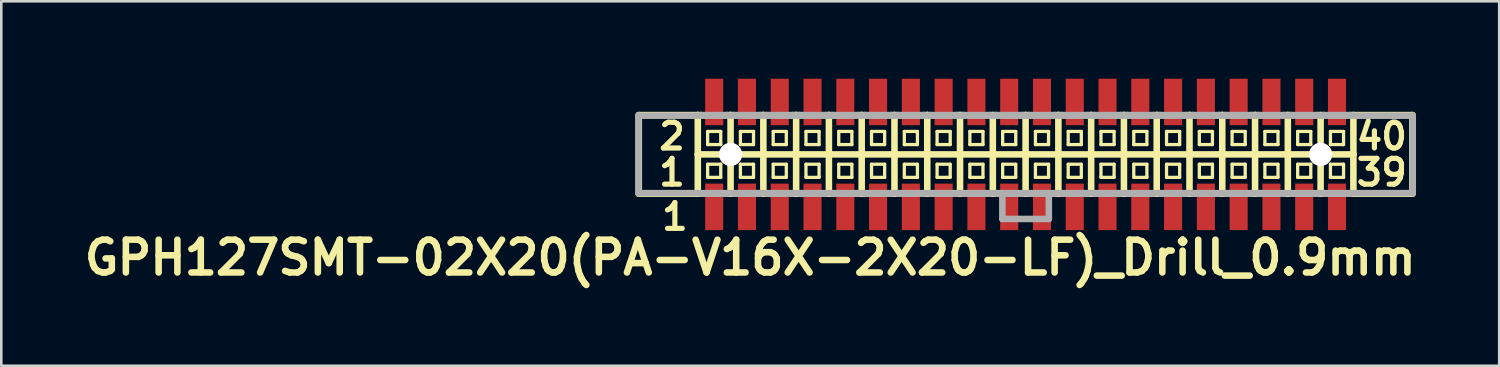
<source format=kicad_pcb>
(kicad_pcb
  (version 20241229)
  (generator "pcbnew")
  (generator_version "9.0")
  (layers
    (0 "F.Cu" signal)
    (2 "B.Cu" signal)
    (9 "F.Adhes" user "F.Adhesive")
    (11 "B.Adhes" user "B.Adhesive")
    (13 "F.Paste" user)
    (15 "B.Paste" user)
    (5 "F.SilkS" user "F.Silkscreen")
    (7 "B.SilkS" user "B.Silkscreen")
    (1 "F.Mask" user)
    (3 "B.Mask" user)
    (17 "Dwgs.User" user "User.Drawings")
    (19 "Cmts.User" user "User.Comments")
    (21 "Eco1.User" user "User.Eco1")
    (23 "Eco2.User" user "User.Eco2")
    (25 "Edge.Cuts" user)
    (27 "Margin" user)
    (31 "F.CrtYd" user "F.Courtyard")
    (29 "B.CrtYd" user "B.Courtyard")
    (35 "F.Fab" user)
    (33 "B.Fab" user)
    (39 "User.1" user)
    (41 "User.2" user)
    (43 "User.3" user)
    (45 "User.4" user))
  (footprint "GPH127SMT-02X20(PA-V16X-2X20-LF)_Drill_0.9mm"
    (layer "F.Cu")
    (at 36.685 2.932)
    (property "Reference" "GPH127SMT-02X20(PA-V16X-2X20-LF)_Drill_0.9mm" (at -10.668 4 0) (layer "F.SilkS") (effects (font (size 1.27 1.27) (thickness 0.254))))
    (attr smd)
    (fp_line (start -14.986 -1.524) (end -14.986 1.524) (stroke (width 0.254) (type solid)) (layer "F.SilkS"))
    (fp_line (start -14.986 1.524) (end -12.7 1.524) (stroke (width 0.254) (type solid)) (layer "F.SilkS"))
    (fp_line (start -12.7 -1.524) (end -14.986 -1.524) (stroke (width 0.254) (type solid)) (layer "F.SilkS"))
    (fp_line (start -12.7 -1.524) (end -12.7 0) (stroke (width 0.254) (type solid)) (layer "F.SilkS"))
    (fp_line (start -12.7 0) (end -12.7 1.524) (stroke (width 0.254) (type solid)) (layer "F.SilkS"))
    (fp_line (start -12.7 0) (end -11.43 0) (stroke (width 0.254) (type solid)) (layer "F.SilkS"))
    (fp_line (start -12.7 1.524) (end -12.573 1.524) (stroke (width 0.254) (type solid)) (layer "F.SilkS"))
    (fp_line (start -12.573 -1.524) (end -12.7 -1.524) (stroke (width 0.254) (type solid)) (layer "F.SilkS"))
    (fp_line (start -12.319 -0.889) (end -11.811 -0.889) (stroke (width 0.127) (type solid)) (layer "F.SilkS"))
    (fp_line (start -12.319 -0.381) (end -12.319 -0.889) (stroke (width 0.127) (type solid)) (layer "F.SilkS"))
    (fp_line (start -12.319 -0.381) (end -11.811 -0.381) (stroke (width 0.127) (type solid)) (layer "F.SilkS"))
    (fp_line (start -12.319 0.381) (end -11.811 0.381) (stroke (width 0.127) (type solid)) (layer "F.SilkS"))
    (fp_line (start -12.319 0.889) (end -12.319 0.381) (stroke (width 0.127) (type solid)) (layer "F.SilkS"))
    (fp_line (start -12.319 0.889) (end -11.811 0.889) (stroke (width 0.127) (type solid)) (layer "F.SilkS"))
    (fp_line (start -11.811 -0.381) (end -11.811 -0.889) (stroke (width 0.127) (type solid)) (layer "F.SilkS"))
    (fp_line (start -11.811 0.889) (end -11.811 0.381) (stroke (width 0.127) (type solid)) (layer "F.SilkS"))
    (fp_line (start -11.557 -1.524) (end -11.43 -1.524) (stroke (width 0.254) (type solid)) (layer "F.SilkS"))
    (fp_line (start -11.557 1.524) (end -11.43 1.524) (stroke (width 0.254) (type solid)) (layer "F.SilkS"))
    (fp_line (start -11.43 -1.524) (end -11.303 -1.524) (stroke (width 0.254) (type solid)) (layer "F.SilkS"))
    (fp_line (start -11.43 0) (end -11.43 -1.524) (stroke (width 0.254) (type solid)) (layer "F.SilkS"))
    (fp_line (start -11.43 0) (end -10.16 0) (stroke (width 0.254) (type solid)) (layer "F.SilkS"))
    (fp_line (start -11.43 1.524) (end -11.43 0) (stroke (width 0.254) (type solid)) (layer "F.SilkS"))
    (fp_line (start -11.43 1.524) (end -11.303 1.524) (stroke (width 0.254) (type solid)) (layer "F.SilkS"))
    (fp_line (start -11.049 -0.889) (end -10.541 -0.889) (stroke (width 0.127) (type solid)) (layer "F.SilkS"))
    (fp_line (start -11.049 -0.381) (end -11.049 -0.889) (stroke (width 0.127) (type solid)) (layer "F.SilkS"))
    (fp_line (start -11.049 -0.381) (end -10.541 -0.381) (stroke (width 0.127) (type solid)) (layer "F.SilkS"))
    (fp_line (start -11.049 0.381) (end -10.541 0.381) (stroke (width 0.127) (type solid)) (layer "F.SilkS"))
    (fp_line (start -11.049 0.889) (end -11.049 0.381) (stroke (width 0.127) (type solid)) (layer "F.SilkS"))
    (fp_line (start -11.049 0.889) (end -10.541 0.889) (stroke (width 0.127) (type solid)) (layer "F.SilkS"))
    (fp_line (start -10.541 -0.381) (end -10.541 -0.889) (stroke (width 0.127) (type solid)) (layer "F.SilkS"))
    (fp_line (start -10.541 0.889) (end -10.541 0.381) (stroke (width 0.127) (type solid)) (layer "F.SilkS"))
    (fp_line (start -10.287 -1.524) (end -10.16 -1.524) (stroke (width 0.254) (type solid)) (layer "F.SilkS"))
    (fp_line (start -10.287 1.524) (end -10.16 1.524) (stroke (width 0.254) (type solid)) (layer "F.SilkS"))
    (fp_line (start -10.16 -1.524) (end -10.033 -1.524) (stroke (width 0.254) (type solid)) (layer "F.SilkS"))
    (fp_line (start -10.16 0) (end -10.16 -1.524) (stroke (width 0.254) (type solid)) (layer "F.SilkS"))
    (fp_line (start -10.16 0) (end -8.89 0) (stroke (width 0.254) (type solid)) (layer "F.SilkS"))
    (fp_line (start -10.16 1.524) (end -10.16 0) (stroke (width 0.254) (type solid)) (layer "F.SilkS"))
    (fp_line (start -10.16 1.524) (end -10.033 1.524) (stroke (width 0.254) (type solid)) (layer "F.SilkS"))
    (fp_line (start -9.779 -0.889) (end -9.271 -0.889) (stroke (width 0.127) (type solid)) (layer "F.SilkS"))
    (fp_line (start -9.779 -0.381) (end -9.779 -0.889) (stroke (width 0.127) (type solid)) (layer "F.SilkS"))
    (fp_line (start -9.779 -0.381) (end -9.271 -0.381) (stroke (width 0.127) (type solid)) (layer "F.SilkS"))
    (fp_line (start -9.779 0.381) (end -9.271 0.381) (stroke (width 0.127) (type solid)) (layer "F.SilkS"))
    (fp_line (start -9.779 0.889) (end -9.779 0.381) (stroke (width 0.127) (type solid)) (layer "F.SilkS"))
    (fp_line (start -9.779 0.889) (end -9.271 0.889) (stroke (width 0.127) (type solid)) (layer "F.SilkS"))
    (fp_line (start -9.271 -0.381) (end -9.271 -0.889) (stroke (width 0.127) (type solid)) (layer "F.SilkS"))
    (fp_line (start -9.271 0.889) (end -9.271 0.381) (stroke (width 0.127) (type solid)) (layer "F.SilkS"))
    (fp_line (start -9.017 -1.524) (end -8.89 -1.524) (stroke (width 0.254) (type solid)) (layer "F.SilkS"))
    (fp_line (start -9.017 1.524) (end -8.89 1.524) (stroke (width 0.254) (type solid)) (layer "F.SilkS"))
    (fp_line (start -8.89 -1.524) (end -8.763 -1.524) (stroke (width 0.254) (type solid)) (layer "F.SilkS"))
    (fp_line (start -8.89 0) (end -8.89 -1.524) (stroke (width 0.254) (type solid)) (layer "F.SilkS"))
    (fp_line (start -8.89 0) (end -7.62 0) (stroke (width 0.254) (type solid)) (layer "F.SilkS"))
    (fp_line (start -8.89 1.524) (end -8.89 0) (stroke (width 0.254) (type solid)) (layer "F.SilkS"))
    (fp_line (start -8.89 1.524) (end -8.763 1.524) (stroke (width 0.254) (type solid)) (layer "F.SilkS"))
    (fp_line (start -8.509 -0.889) (end -8.001 -0.889) (stroke (width 0.127) (type solid)) (layer "F.SilkS"))
    (fp_line (start -8.509 -0.381) (end -8.509 -0.889) (stroke (width 0.127) (type solid)) (layer "F.SilkS"))
    (fp_line (start -8.509 -0.381) (end -8.001 -0.381) (stroke (width 0.127) (type solid)) (layer "F.SilkS"))
    (fp_line (start -8.509 0.381) (end -8.001 0.381) (stroke (width 0.127) (type solid)) (layer "F.SilkS"))
    (fp_line (start -8.509 0.889) (end -8.509 0.381) (stroke (width 0.127) (type solid)) (layer "F.SilkS"))
    (fp_line (start -8.509 0.889) (end -8.001 0.889) (stroke (width 0.127) (type solid)) (layer "F.SilkS"))
    (fp_line (start -8.001 -0.381) (end -8.001 -0.889) (stroke (width 0.127) (type solid)) (layer "F.SilkS"))
    (fp_line (start -8.001 0.889) (end -8.001 0.381) (stroke (width 0.127) (type solid)) (layer "F.SilkS"))
    (fp_line (start -7.747 -1.524) (end -7.62 -1.524) (stroke (width 0.254) (type solid)) (layer "F.SilkS"))
    (fp_line (start -7.747 1.524) (end -7.62 1.524) (stroke (width 0.254) (type solid)) (layer "F.SilkS"))
    (fp_line (start -7.62 -1.524) (end -7.493 -1.524) (stroke (width 0.254) (type solid)) (layer "F.SilkS"))
    (fp_line (start -7.62 0) (end -7.62 -1.524) (stroke (width 0.254) (type solid)) (layer "F.SilkS"))
    (fp_line (start -7.62 0) (end -6.35 0) (stroke (width 0.254) (type solid)) (layer "F.SilkS"))
    (fp_line (start -7.62 1.524) (end -7.62 0) (stroke (width 0.254) (type solid)) (layer "F.SilkS"))
    (fp_line (start -7.62 1.524) (end -7.493 1.524) (stroke (width 0.254) (type solid)) (layer "F.SilkS"))
    (fp_line (start -7.239 -0.889) (end -6.731 -0.889) (stroke (width 0.127) (type solid)) (layer "F.SilkS"))
    (fp_line (start -7.239 -0.381) (end -7.239 -0.889) (stroke (width 0.127) (type solid)) (layer "F.SilkS"))
    (fp_line (start -7.239 -0.381) (end -6.731 -0.381) (stroke (width 0.127) (type solid)) (layer "F.SilkS"))
    (fp_line (start -7.239 0.381) (end -6.731 0.381) (stroke (width 0.127) (type solid)) (layer "F.SilkS"))
    (fp_line (start -7.239 0.889) (end -7.239 0.381) (stroke (width 0.127) (type solid)) (layer "F.SilkS"))
    (fp_line (start -7.239 0.889) (end -6.731 0.889) (stroke (width 0.127) (type solid)) (layer "F.SilkS"))
    (fp_line (start -6.731 -0.381) (end -6.731 -0.889) (stroke (width 0.127) (type solid)) (layer "F.SilkS"))
    (fp_line (start -6.731 0.889) (end -6.731 0.381) (stroke (width 0.127) (type solid)) (layer "F.SilkS"))
    (fp_line (start -6.477 -1.524) (end -6.35 -1.524) (stroke (width 0.254) (type solid)) (layer "F.SilkS"))
    (fp_line (start -6.477 1.524) (end -6.35 1.524) (stroke (width 0.254) (type solid)) (layer "F.SilkS"))
    (fp_line (start -6.35 -1.524) (end -6.223 -1.524) (stroke (width 0.254) (type solid)) (layer "F.SilkS"))
    (fp_line (start -6.35 0) (end -6.35 -1.524) (stroke (width 0.254) (type solid)) (layer "F.SilkS"))
    (fp_line (start -6.35 0) (end -5.08 0) (stroke (width 0.254) (type solid)) (layer "F.SilkS"))
    (fp_line (start -6.35 1.524) (end -6.35 0) (stroke (width 0.254) (type solid)) (layer "F.SilkS"))
    (fp_line (start -6.35 1.524) (end -6.223 1.524) (stroke (width 0.254) (type solid)) (layer "F.SilkS"))
    (fp_line (start -5.969 -0.889) (end -5.461 -0.889) (stroke (width 0.127) (type solid)) (layer "F.SilkS"))
    (fp_line (start -5.969 -0.381) (end -5.969 -0.889) (stroke (width 0.127) (type solid)) (layer "F.SilkS"))
    (fp_line (start -5.969 -0.381) (end -5.461 -0.381) (stroke (width 0.127) (type solid)) (layer "F.SilkS"))
    (fp_line (start -5.969 0.381) (end -5.461 0.381) (stroke (width 0.127) (type solid)) (layer "F.SilkS"))
    (fp_line (start -5.969 0.889) (end -5.969 0.381) (stroke (width 0.127) (type solid)) (layer "F.SilkS"))
    (fp_line (start -5.969 0.889) (end -5.461 0.889) (stroke (width 0.127) (type solid)) (layer "F.SilkS"))
    (fp_line (start -5.461 -0.381) (end -5.461 -0.889) (stroke (width 0.127) (type solid)) (layer "F.SilkS"))
    (fp_line (start -5.461 0.889) (end -5.461 0.381) (stroke (width 0.127) (type solid)) (layer "F.SilkS"))
    (fp_line (start -5.207 -1.524) (end -5.08 -1.524) (stroke (width 0.254) (type solid)) (layer "F.SilkS"))
    (fp_line (start -5.207 1.524) (end -5.08 1.524) (stroke (width 0.254) (type solid)) (layer "F.SilkS"))
    (fp_line (start -5.08 -1.524) (end -4.953 -1.524) (stroke (width 0.254) (type solid)) (layer "F.SilkS"))
    (fp_line (start -5.08 0) (end -5.08 -1.524) (stroke (width 0.254) (type solid)) (layer "F.SilkS"))
    (fp_line (start -5.08 0) (end -3.81 0) (stroke (width 0.254) (type solid)) (layer "F.SilkS"))
    (fp_line (start -5.08 1.524) (end -5.08 0) (stroke (width 0.254) (type solid)) (layer "F.SilkS"))
    (fp_line (start -5.08 1.524) (end -4.953 1.524) (stroke (width 0.254) (type solid)) (layer "F.SilkS"))
    (fp_line (start -4.699 -0.889) (end -4.191 -0.889) (stroke (width 0.127) (type solid)) (layer "F.SilkS"))
    (fp_line (start -4.699 -0.381) (end -4.699 -0.889) (stroke (width 0.127) (type solid)) (layer "F.SilkS"))
    (fp_line (start -4.699 -0.381) (end -4.191 -0.381) (stroke (width 0.127) (type solid)) (layer "F.SilkS"))
    (fp_line (start -4.699 0.381) (end -4.191 0.381) (stroke (width 0.127) (type solid)) (layer "F.SilkS"))
    (fp_line (start -4.699 0.889) (end -4.699 0.381) (stroke (width 0.127) (type solid)) (layer "F.SilkS"))
    (fp_line (start -4.699 0.889) (end -4.191 0.889) (stroke (width 0.127) (type solid)) (layer "F.SilkS"))
    (fp_line (start -4.191 -0.381) (end -4.191 -0.889) (stroke (width 0.127) (type solid)) (layer "F.SilkS"))
    (fp_line (start -4.191 0.889) (end -4.191 0.381) (stroke (width 0.127) (type solid)) (layer "F.SilkS"))
    (fp_line (start -3.937 -1.524) (end -3.81 -1.524) (stroke (width 0.254) (type solid)) (layer "F.SilkS"))
    (fp_line (start -3.937 1.524) (end -3.81 1.524) (stroke (width 0.254) (type solid)) (layer "F.SilkS"))
    (fp_line (start -3.81 -1.524) (end -3.683 -1.524) (stroke (width 0.254) (type solid)) (layer "F.SilkS"))
    (fp_line (start -3.81 0) (end -3.81 -1.524) (stroke (width 0.254) (type solid)) (layer "F.SilkS"))
    (fp_line (start -3.81 0) (end -2.54 0) (stroke (width 0.254) (type solid)) (layer "F.SilkS"))
    (fp_line (start -3.81 1.524) (end -3.81 0) (stroke (width 0.254) (type solid)) (layer "F.SilkS"))
    (fp_line (start -3.81 1.524) (end -3.683 1.524) (stroke (width 0.254) (type solid)) (layer "F.SilkS"))
    (fp_line (start -3.429 -0.889) (end -2.921 -0.889) (stroke (width 0.127) (type solid)) (layer "F.SilkS"))
    (fp_line (start -3.429 -0.381) (end -3.429 -0.889) (stroke (width 0.127) (type solid)) (layer "F.SilkS"))
    (fp_line (start -3.429 -0.381) (end -2.921 -0.381) (stroke (width 0.127) (type solid)) (layer "F.SilkS"))
    (fp_line (start -3.429 0.381) (end -2.921 0.381) (stroke (width 0.127) (type solid)) (layer "F.SilkS"))
    (fp_line (start -3.429 0.889) (end -3.429 0.381) (stroke (width 0.127) (type solid)) (layer "F.SilkS"))
    (fp_line (start -3.429 0.889) (end -2.921 0.889) (stroke (width 0.127) (type solid)) (layer "F.SilkS"))
    (fp_line (start -2.921 -0.381) (end -2.921 -0.889) (stroke (width 0.127) (type solid)) (layer "F.SilkS"))
    (fp_line (start -2.921 0.889) (end -2.921 0.381) (stroke (width 0.127) (type solid)) (layer "F.SilkS"))
    (fp_line (start -2.667 -1.524) (end -2.54 -1.524) (stroke (width 0.254) (type solid)) (layer "F.SilkS"))
    (fp_line (start -2.667 1.524) (end -2.54 1.524) (stroke (width 0.254) (type solid)) (layer "F.SilkS"))
    (fp_line (start -2.54 -1.524) (end -2.413 -1.524) (stroke (width 0.254) (type solid)) (layer "F.SilkS"))
    (fp_line (start -2.54 0) (end -2.54 -1.524) (stroke (width 0.254) (type solid)) (layer "F.SilkS"))
    (fp_line (start -2.54 0) (end -1.27 0) (stroke (width 0.254) (type solid)) (layer "F.SilkS"))
    (fp_line (start -2.54 1.524) (end -2.54 0) (stroke (width 0.254) (type solid)) (layer "F.SilkS"))
    (fp_line (start -2.54 1.524) (end -2.413 1.524) (stroke (width 0.254) (type solid)) (layer "F.SilkS"))
    (fp_line (start -2.159 -0.889) (end -1.651 -0.889) (stroke (width 0.127) (type solid)) (layer "F.SilkS"))
    (fp_line (start -2.159 -0.381) (end -2.159 -0.889) (stroke (width 0.127) (type solid)) (layer "F.SilkS"))
    (fp_line (start -2.159 -0.381) (end -1.651 -0.381) (stroke (width 0.127) (type solid)) (layer "F.SilkS"))
    (fp_line (start -2.159 0.381) (end -1.651 0.381) (stroke (width 0.127) (type solid)) (layer "F.SilkS"))
    (fp_line (start -2.159 0.889) (end -2.159 0.381) (stroke (width 0.127) (type solid)) (layer "F.SilkS"))
    (fp_line (start -2.159 0.889) (end -1.651 0.889) (stroke (width 0.127) (type solid)) (layer "F.SilkS"))
    (fp_line (start -1.651 -0.381) (end -1.651 -0.889) (stroke (width 0.127) (type solid)) (layer "F.SilkS"))
    (fp_line (start -1.651 0.889) (end -1.651 0.381) (stroke (width 0.127) (type solid)) (layer "F.SilkS"))
    (fp_line (start -1.397 -1.524) (end -1.143 -1.524) (stroke (width 0.254) (type solid)) (layer "F.SilkS"))
    (fp_line (start -1.397 1.524) (end -1.27 1.524) (stroke (width 0.254) (type solid)) (layer "F.SilkS"))
    (fp_line (start -1.27 0) (end -1.27 -1.524) (stroke (width 0.254) (type solid)) (layer "F.SilkS"))
    (fp_line (start -1.27 0) (end 0 0) (stroke (width 0.254) (type solid)) (layer "F.SilkS"))
    (fp_line (start -1.27 1.524) (end -1.27 0) (stroke (width 0.254) (type solid)) (layer "F.SilkS"))
    (fp_line (start -1.27 1.524) (end -1.143 1.524) (stroke (width 0.254) (type solid)) (layer "F.SilkS"))
    (fp_line (start -0.889 -0.889) (end -0.381 -0.889) (stroke (width 0.127) (type solid)) (layer "F.SilkS"))
    (fp_line (start -0.889 -0.381) (end -0.889 -0.889) (stroke (width 0.127) (type solid)) (layer "F.SilkS"))
    (fp_line (start -0.889 -0.381) (end -0.381 -0.381) (stroke (width 0.127) (type solid)) (layer "F.SilkS"))
    (fp_line (start -0.889 0.381) (end -0.381 0.381) (stroke (width 0.127) (type solid)) (layer "F.SilkS"))
    (fp_line (start -0.889 0.889) (end -0.889 0.381) (stroke (width 0.127) (type solid)) (layer "F.SilkS"))
    (fp_line (start -0.889 0.889) (end -0.381 0.889) (stroke (width 0.127) (type solid)) (layer "F.SilkS"))
    (fp_line (start -0.381 -0.381) (end -0.381 -0.889) (stroke (width 0.127) (type solid)) (layer "F.SilkS"))
    (fp_line (start -0.381 0.889) (end -0.381 0.381) (stroke (width 0.127) (type solid)) (layer "F.SilkS"))
    (fp_line (start -0.127 -1.524) (end 0 -1.524) (stroke (width 0.254) (type solid)) (layer "F.SilkS"))
    (fp_line (start 0 -1.524) (end 0 0) (stroke (width 0.254) (type solid)) (layer "F.SilkS"))
    (fp_line (start 0 0) (end 0 1.524) (stroke (width 0.254) (type solid)) (layer "F.SilkS"))
    (fp_line (start 0 0) (end 1.27 0) (stroke (width 0.254) (type solid)) (layer "F.SilkS"))
    (fp_line (start 0 1.524) (end -0.127 1.524) (stroke (width 0.254) (type solid)) (layer "F.SilkS"))
    (fp_line (start 0 1.524) (end 0.127 1.524) (stroke (width 0.254) (type solid)) (layer "F.SilkS"))
    (fp_line (start 0.127 -1.524) (end 0 -1.524) (stroke (width 0.254) (type solid)) (layer "F.SilkS"))
    (fp_line (start 0.381 -0.889) (end 0.889 -0.889) (stroke (width 0.127) (type solid)) (layer "F.SilkS"))
    (fp_line (start 0.381 -0.381) (end 0.381 -0.889) (stroke (width 0.127) (type solid)) (layer "F.SilkS"))
    (fp_line (start 0.381 -0.381) (end 0.889 -0.381) (stroke (width 0.127) (type solid)) (layer "F.SilkS"))
    (fp_line (start 0.381 0.381) (end 0.889 0.381) (stroke (width 0.127) (type solid)) (layer "F.SilkS"))
    (fp_line (start 0.381 0.889) (end 0.381 0.381) (stroke (width 0.127) (type solid)) (layer "F.SilkS"))
    (fp_line (start 0.381 0.889) (end 0.889 0.889) (stroke (width 0.127) (type solid)) (layer "F.SilkS"))
    (fp_line (start 0.889 -0.381) (end 0.889 -0.889) (stroke (width 0.127) (type solid)) (layer "F.SilkS"))
    (fp_line (start 0.889 0.889) (end 0.889 0.381) (stroke (width 0.127) (type solid)) (layer "F.SilkS"))
    (fp_line (start 1.143 -1.524) (end 1.27 -1.524) (stroke (width 0.254) (type solid)) (layer "F.SilkS"))
    (fp_line (start 1.143 1.524) (end 1.27 1.524) (stroke (width 0.254) (type solid)) (layer "F.SilkS"))
    (fp_line (start 1.27 -1.524) (end 1.397 -1.524) (stroke (width 0.254) (type solid)) (layer "F.SilkS"))
    (fp_line (start 1.27 0) (end 1.27 -1.524) (stroke (width 0.254) (type solid)) (layer "F.SilkS"))
    (fp_line (start 1.27 0) (end 2.54 0) (stroke (width 0.254) (type solid)) (layer "F.SilkS"))
    (fp_line (start 1.27 1.524) (end 1.27 0) (stroke (width 0.254) (type solid)) (layer "F.SilkS"))
    (fp_line (start 1.27 1.524) (end 1.397 1.524) (stroke (width 0.254) (type solid)) (layer "F.SilkS"))
    (fp_line (start 1.651 -0.889) (end 2.159 -0.889) (stroke (width 0.127) (type solid)) (layer "F.SilkS"))
    (fp_line (start 1.651 -0.381) (end 1.651 -0.889) (stroke (width 0.127) (type solid)) (layer "F.SilkS"))
    (fp_line (start 1.651 -0.381) (end 2.159 -0.381) (stroke (width 0.127) (type solid)) (layer "F.SilkS"))
    (fp_line (start 1.651 0.381) (end 2.159 0.381) (stroke (width 0.127) (type solid)) (layer "F.SilkS"))
    (fp_line (start 1.651 0.889) (end 1.651 0.381) (stroke (width 0.127) (type solid)) (layer "F.SilkS"))
    (fp_line (start 1.651 0.889) (end 2.159 0.889) (stroke (width 0.127) (type solid)) (layer "F.SilkS"))
    (fp_line (start 2.159 -0.381) (end 2.159 -0.889) (stroke (width 0.127) (type solid)) (layer "F.SilkS"))
    (fp_line (start 2.159 0.889) (end 2.159 0.381) (stroke (width 0.127) (type solid)) (layer "F.SilkS"))
    (fp_line (start 2.413 -1.524) (end 2.54 -1.524) (stroke (width 0.254) (type solid)) (layer "F.SilkS"))
    (fp_line (start 2.413 1.524) (end 2.54 1.524) (stroke (width 0.254) (type solid)) (layer "F.SilkS"))
    (fp_line (start 2.54 -1.524) (end 2.667 -1.524) (stroke (width 0.254) (type solid)) (layer "F.SilkS"))
    (fp_line (start 2.54 0) (end 2.54 -1.524) (stroke (width 0.254) (type solid)) (layer "F.SilkS"))
    (fp_line (start 2.54 0) (end 3.81 0) (stroke (width 0.254) (type solid)) (layer "F.SilkS"))
    (fp_line (start 2.54 1.524) (end 2.54 0) (stroke (width 0.254) (type solid)) (layer "F.SilkS"))
    (fp_line (start 2.54 1.524) (end 2.667 1.524) (stroke (width 0.254) (type solid)) (layer "F.SilkS"))
    (fp_line (start 2.921 -0.889) (end 3.429 -0.889) (stroke (width 0.127) (type solid)) (layer "F.SilkS"))
    (fp_line (start 2.921 -0.381) (end 2.921 -0.889) (stroke (width 0.127) (type solid)) (layer "F.SilkS"))
    (fp_line (start 2.921 -0.381) (end 3.429 -0.381) (stroke (width 0.127) (type solid)) (layer "F.SilkS"))
    (fp_line (start 2.921 0.381) (end 3.429 0.381) (stroke (width 0.127) (type solid)) (layer "F.SilkS"))
    (fp_line (start 2.921 0.889) (end 2.921 0.381) (stroke (width 0.127) (type solid)) (layer "F.SilkS"))
    (fp_line (start 2.921 0.889) (end 3.429 0.889) (stroke (width 0.127) (type solid)) (layer "F.SilkS"))
    (fp_line (start 3.429 -0.381) (end 3.429 -0.889) (stroke (width 0.127) (type solid)) (layer "F.SilkS"))
    (fp_line (start 3.429 0.889) (end 3.429 0.381) (stroke (width 0.127) (type solid)) (layer "F.SilkS"))
    (fp_line (start 3.683 -1.524) (end 3.81 -1.524) (stroke (width 0.254) (type solid)) (layer "F.SilkS"))
    (fp_line (start 3.683 1.524) (end 3.81 1.524) (stroke (width 0.254) (type solid)) (layer "F.SilkS"))
    (fp_line (start 3.81 -1.524) (end 3.937 -1.524) (stroke (width 0.254) (type solid)) (layer "F.SilkS"))
    (fp_line (start 3.81 0) (end 3.81 -1.524) (stroke (width 0.254) (type solid)) (layer "F.SilkS"))
    (fp_line (start 3.81 0) (end 5.08 0) (stroke (width 0.254) (type solid)) (layer "F.SilkS"))
    (fp_line (start 3.81 1.524) (end 3.81 0) (stroke (width 0.254) (type solid)) (layer "F.SilkS"))
    (fp_line (start 3.81 1.524) (end 3.937 1.524) (stroke (width 0.254) (type solid)) (layer "F.SilkS"))
    (fp_line (start 4.191 -0.889) (end 4.699 -0.889) (stroke (width 0.127) (type solid)) (layer "F.SilkS"))
    (fp_line (start 4.191 -0.381) (end 4.191 -0.889) (stroke (width 0.127) (type solid)) (layer "F.SilkS"))
    (fp_line (start 4.191 -0.381) (end 4.699 -0.381) (stroke (width 0.127) (type solid)) (layer "F.SilkS"))
    (fp_line (start 4.191 0.381) (end 4.699 0.381) (stroke (width 0.127) (type solid)) (layer "F.SilkS"))
    (fp_line (start 4.191 0.889) (end 4.191 0.381) (stroke (width 0.127) (type solid)) (layer "F.SilkS"))
    (fp_line (start 4.191 0.889) (end 4.699 0.889) (stroke (width 0.127) (type solid)) (layer "F.SilkS"))
    (fp_line (start 4.699 -0.381) (end 4.699 -0.889) (stroke (width 0.127) (type solid)) (layer "F.SilkS"))
    (fp_line (start 4.699 0.889) (end 4.699 0.381) (stroke (width 0.127) (type solid)) (layer "F.SilkS"))
    (fp_line (start 4.953 -1.524) (end 5.08 -1.524) (stroke (width 0.254) (type solid)) (layer "F.SilkS"))
    (fp_line (start 4.953 1.524) (end 5.08 1.524) (stroke (width 0.254) (type solid)) (layer "F.SilkS"))
    (fp_line (start 5.08 -1.524) (end 5.207 -1.524) (stroke (width 0.254) (type solid)) (layer "F.SilkS"))
    (fp_line (start 5.08 0) (end 5.08 -1.524) (stroke (width 0.254) (type solid)) (layer "F.SilkS"))
    (fp_line (start 5.08 0) (end 6.35 0) (stroke (width 0.254) (type solid)) (layer "F.SilkS"))
    (fp_line (start 5.08 1.524) (end 5.08 0) (stroke (width 0.254) (type solid)) (layer "F.SilkS"))
    (fp_line (start 5.08 1.524) (end 5.207 1.524) (stroke (width 0.254) (type solid)) (layer "F.SilkS"))
    (fp_line (start 5.461 -0.889) (end 5.969 -0.889) (stroke (width 0.127) (type solid)) (layer "F.SilkS"))
    (fp_line (start 5.461 -0.381) (end 5.461 -0.889) (stroke (width 0.127) (type solid)) (layer "F.SilkS"))
    (fp_line (start 5.461 -0.381) (end 5.969 -0.381) (stroke (width 0.127) (type solid)) (layer "F.SilkS"))
    (fp_line (start 5.461 0.381) (end 5.969 0.381) (stroke (width 0.127) (type solid)) (layer "F.SilkS"))
    (fp_line (start 5.461 0.889) (end 5.461 0.381) (stroke (width 0.127) (type solid)) (layer "F.SilkS"))
    (fp_line (start 5.461 0.889) (end 5.969 0.889) (stroke (width 0.127) (type solid)) (layer "F.SilkS"))
    (fp_line (start 5.969 -0.381) (end 5.969 -0.889) (stroke (width 0.127) (type solid)) (layer "F.SilkS"))
    (fp_line (start 5.969 0.889) (end 5.969 0.381) (stroke (width 0.127) (type solid)) (layer "F.SilkS"))
    (fp_line (start 6.223 -1.524) (end 6.35 -1.524) (stroke (width 0.254) (type solid)) (layer "F.SilkS"))
    (fp_line (start 6.223 1.524) (end 6.35 1.524) (stroke (width 0.254) (type solid)) (layer "F.SilkS"))
    (fp_line (start 6.35 -1.524) (end 6.477 -1.524) (stroke (width 0.254) (type solid)) (layer "F.SilkS"))
    (fp_line (start 6.35 0) (end 6.35 -1.524) (stroke (width 0.254) (type solid)) (layer "F.SilkS"))
    (fp_line (start 6.35 0) (end 7.62 0) (stroke (width 0.254) (type solid)) (layer "F.SilkS"))
    (fp_line (start 6.35 1.524) (end 6.35 0) (stroke (width 0.254) (type solid)) (layer "F.SilkS"))
    (fp_line (start 6.35 1.524) (end 6.477 1.524) (stroke (width 0.254) (type solid)) (layer "F.SilkS"))
    (fp_line (start 6.731 -0.889) (end 7.239 -0.889) (stroke (width 0.127) (type solid)) (layer "F.SilkS"))
    (fp_line (start 6.731 -0.381) (end 6.731 -0.889) (stroke (width 0.127) (type solid)) (layer "F.SilkS"))
    (fp_line (start 6.731 -0.381) (end 7.239 -0.381) (stroke (width 0.127) (type solid)) (layer "F.SilkS"))
    (fp_line (start 6.731 0.381) (end 7.239 0.381) (stroke (width 0.127) (type solid)) (layer "F.SilkS"))
    (fp_line (start 6.731 0.889) (end 6.731 0.381) (stroke (width 0.127) (type solid)) (layer "F.SilkS"))
    (fp_line (start 6.731 0.889) (end 7.239 0.889) (stroke (width 0.127) (type solid)) (layer "F.SilkS"))
    (fp_line (start 7.239 -0.381) (end 7.239 -0.889) (stroke (width 0.127) (type solid)) (layer "F.SilkS"))
    (fp_line (start 7.239 0.889) (end 7.239 0.381) (stroke (width 0.127) (type solid)) (layer "F.SilkS"))
    (fp_line (start 7.493 -1.524) (end 7.62 -1.524) (stroke (width 0.254) (type solid)) (layer "F.SilkS"))
    (fp_line (start 7.493 1.524) (end 7.62 1.524) (stroke (width 0.254) (type solid)) (layer "F.SilkS"))
    (fp_line (start 7.62 -1.524) (end 7.747 -1.524) (stroke (width 0.254) (type solid)) (layer "F.SilkS"))
    (fp_line (start 7.62 0) (end 7.62 -1.524) (stroke (width 0.254) (type solid)) (layer "F.SilkS"))
    (fp_line (start 7.62 0) (end 8.89 0) (stroke (width 0.254) (type solid)) (layer "F.SilkS"))
    (fp_line (start 7.62 1.524) (end 7.62 0) (stroke (width 0.254) (type solid)) (layer "F.SilkS"))
    (fp_line (start 7.62 1.524) (end 7.747 1.524) (stroke (width 0.254) (type solid)) (layer "F.SilkS"))
    (fp_line (start 8.001 -0.889) (end 8.509 -0.889) (stroke (width 0.127) (type solid)) (layer "F.SilkS"))
    (fp_line (start 8.001 -0.381) (end 8.001 -0.889) (stroke (width 0.127) (type solid)) (layer "F.SilkS"))
    (fp_line (start 8.001 -0.381) (end 8.509 -0.381) (stroke (width 0.127) (type solid)) (layer "F.SilkS"))
    (fp_line (start 8.001 0.381) (end 8.509 0.381) (stroke (width 0.127) (type solid)) (layer "F.SilkS"))
    (fp_line (start 8.001 0.889) (end 8.001 0.381) (stroke (width 0.127) (type solid)) (layer "F.SilkS"))
    (fp_line (start 8.001 0.889) (end 8.509 0.889) (stroke (width 0.127) (type solid)) (layer "F.SilkS"))
    (fp_line (start 8.509 -0.381) (end 8.509 -0.889) (stroke (width 0.127) (type solid)) (layer "F.SilkS"))
    (fp_line (start 8.509 0.889) (end 8.509 0.381) (stroke (width 0.127) (type solid)) (layer "F.SilkS"))
    (fp_line (start 8.763 -1.524) (end 8.89 -1.524) (stroke (width 0.254) (type solid)) (layer "F.SilkS"))
    (fp_line (start 8.763 1.524) (end 8.89 1.524) (stroke (width 0.254) (type solid)) (layer "F.SilkS"))
    (fp_line (start 8.89 -1.524) (end 9.017 -1.524) (stroke (width 0.254) (type solid)) (layer "F.SilkS"))
    (fp_line (start 8.89 0) (end 8.89 -1.524) (stroke (width 0.254) (type solid)) (layer "F.SilkS"))
    (fp_line (start 8.89 0) (end 10.16 0) (stroke (width 0.254) (type solid)) (layer "F.SilkS"))
    (fp_line (start 8.89 1.524) (end 8.89 0) (stroke (width 0.254) (type solid)) (layer "F.SilkS"))
    (fp_line (start 8.89 1.524) (end 9.017 1.524) (stroke (width 0.254) (type solid)) (layer "F.SilkS"))
    (fp_line (start 9.271 -0.889) (end 9.779 -0.889) (stroke (width 0.127) (type solid)) (layer "F.SilkS"))
    (fp_line (start 9.271 -0.381) (end 9.271 -0.889) (stroke (width 0.127) (type solid)) (layer "F.SilkS"))
    (fp_line (start 9.271 -0.381) (end 9.779 -0.381) (stroke (width 0.127) (type solid)) (layer "F.SilkS"))
    (fp_line (start 9.271 0.381) (end 9.779 0.381) (stroke (width 0.127) (type solid)) (layer "F.SilkS"))
    (fp_line (start 9.271 0.889) (end 9.271 0.381) (stroke (width 0.127) (type solid)) (layer "F.SilkS"))
    (fp_line (start 9.271 0.889) (end 9.779 0.889) (stroke (width 0.127) (type solid)) (layer "F.SilkS"))
    (fp_line (start 9.779 -0.381) (end 9.779 -0.889) (stroke (width 0.127) (type solid)) (layer "F.SilkS"))
    (fp_line (start 9.779 0.889) (end 9.779 0.381) (stroke (width 0.127) (type solid)) (layer "F.SilkS"))
    (fp_line (start 10.033 -1.524) (end 10.16 -1.524) (stroke (width 0.254) (type solid)) (layer "F.SilkS"))
    (fp_line (start 10.033 1.524) (end 10.16 1.524) (stroke (width 0.254) (type solid)) (layer "F.SilkS"))
    (fp_line (start 10.16 -1.524) (end 10.287 -1.524) (stroke (width 0.254) (type solid)) (layer "F.SilkS"))
    (fp_line (start 10.16 0) (end 10.16 -1.524) (stroke (width 0.254) (type solid)) (layer "F.SilkS"))
    (fp_line (start 10.16 0) (end 11.43 0) (stroke (width 0.254) (type solid)) (layer "F.SilkS"))
    (fp_line (start 10.16 1.524) (end 10.16 0) (stroke (width 0.254) (type solid)) (layer "F.SilkS"))
    (fp_line (start 10.16 1.524) (end 10.287 1.524) (stroke (width 0.254) (type solid)) (layer "F.SilkS"))
    (fp_line (start 10.541 -0.889) (end 11.049 -0.889) (stroke (width 0.127) (type solid)) (layer "F.SilkS"))
    (fp_line (start 10.541 -0.381) (end 10.541 -0.889) (stroke (width 0.127) (type solid)) (layer "F.SilkS"))
    (fp_line (start 10.541 -0.381) (end 11.049 -0.381) (stroke (width 0.127) (type solid)) (layer "F.SilkS"))
    (fp_line (start 10.541 0.381) (end 11.049 0.381) (stroke (width 0.127) (type solid)) (layer "F.SilkS"))
    (fp_line (start 10.541 0.889) (end 10.541 0.381) (stroke (width 0.127) (type solid)) (layer "F.SilkS"))
    (fp_line (start 10.541 0.889) (end 11.049 0.889) (stroke (width 0.127) (type solid)) (layer "F.SilkS"))
    (fp_line (start 11.049 -0.381) (end 11.049 -0.889) (stroke (width 0.127) (type solid)) (layer "F.SilkS"))
    (fp_line (start 11.049 0.889) (end 11.049 0.381) (stroke (width 0.127) (type solid)) (layer "F.SilkS"))
    (fp_line (start 11.303 -1.524) (end 11.557 -1.524) (stroke (width 0.254) (type solid)) (layer "F.SilkS"))
    (fp_line (start 11.303 1.524) (end 11.43 1.524) (stroke (width 0.254) (type solid)) (layer "F.SilkS"))
    (fp_line (start 11.43 0) (end 11.43 -1.524) (stroke (width 0.254) (type solid)) (layer "F.SilkS"))
    (fp_line (start 11.43 0) (end 12.7 0) (stroke (width 0.254) (type solid)) (layer "F.SilkS"))
    (fp_line (start 11.43 1.524) (end 11.43 0) (stroke (width 0.254) (type solid)) (layer "F.SilkS"))
    (fp_line (start 11.43 1.524) (end 11.557 1.524) (stroke (width 0.254) (type solid)) (layer "F.SilkS"))
    (fp_line (start 11.811 -0.889) (end 12.319 -0.889) (stroke (width 0.127) (type solid)) (layer "F.SilkS"))
    (fp_line (start 11.811 -0.381) (end 11.811 -0.889) (stroke (width 0.127) (type solid)) (layer "F.SilkS"))
    (fp_line (start 11.811 -0.381) (end 12.319 -0.381) (stroke (width 0.127) (type solid)) (layer "F.SilkS"))
    (fp_line (start 11.811 0.381) (end 12.319 0.381) (stroke (width 0.127) (type solid)) (layer "F.SilkS"))
    (fp_line (start 11.811 0.889) (end 11.811 0.381) (stroke (width 0.127) (type solid)) (layer "F.SilkS"))
    (fp_line (start 11.811 0.889) (end 12.319 0.889) (stroke (width 0.127) (type solid)) (layer "F.SilkS"))
    (fp_line (start 12.319 -0.381) (end 12.319 -0.889) (stroke (width 0.127) (type solid)) (layer "F.SilkS"))
    (fp_line (start 12.319 0.889) (end 12.319 0.381) (stroke (width 0.127) (type solid)) (layer "F.SilkS"))
    (fp_line (start 12.573 -1.524) (end 12.7 -1.524) (stroke (width 0.254) (type solid)) (layer "F.SilkS"))
    (fp_line (start 12.7 -1.524) (end 12.7 0) (stroke (width 0.254) (type solid)) (layer "F.SilkS"))
    (fp_line (start 12.7 -1.524) (end 14.986 -1.524) (stroke (width 0.254) (type solid)) (layer "F.SilkS"))
    (fp_line (start 12.7 0) (end 12.7 1.524) (stroke (width 0.254) (type solid)) (layer "F.SilkS"))
    (fp_line (start 12.7 1.524) (end 12.573 1.524) (stroke (width 0.254) (type solid)) (layer "F.SilkS"))
    (fp_line (start 14.986 -1.524) (end 14.986 1.524) (stroke (width 0.254) (type solid)) (layer "F.SilkS"))
    (fp_line (start 14.986 1.524) (end 12.7 1.524) (stroke (width 0.254) (type solid)) (layer "F.SilkS"))
    (fp_line (start -15 -1.5) (end -15 1.5) (stroke (width 0.254) (type solid)) (layer "F.Fab"))
    (fp_line (start -15 1.5) (end 15 1.5) (stroke (width 0.254) (type solid)) (layer "F.Fab"))
    (fp_line (start -12.573 -1.524) (end -11.557 -1.524) (stroke (width 0.254) (type solid)) (layer "F.Fab"))
    (fp_line (start -12.573 1.524) (end -11.557 1.524) (stroke (width 0.254) (type solid)) (layer "F.Fab"))
    (fp_line (start -11.778 0) (end -11.079 0) (stroke (width 0.127) (type solid)) (layer "F.Fab"))
    (fp_line (start -11.43 0.348) (end -11.43 -0.348) (stroke (width 0.127) (type solid)) (layer "F.Fab"))
    (fp_line (start -11.303 -1.524) (end -10.287 -1.524) (stroke (width 0.254) (type solid)) (layer "F.Fab"))
    (fp_line (start -11.303 1.524) (end -10.287 1.524) (stroke (width 0.254) (type solid)) (layer "F.Fab"))
    (fp_line (start -10.033 -1.524) (end -9.017 -1.524) (stroke (width 0.254) (type solid)) (layer "F.Fab"))
    (fp_line (start -10.033 1.524) (end -9.017 1.524) (stroke (width 0.254) (type solid)) (layer "F.Fab"))
    (fp_line (start -8.763 -1.524) (end -7.747 -1.524) (stroke (width 0.254) (type solid)) (layer "F.Fab"))
    (fp_line (start -8.763 1.524) (end -7.747 1.524) (stroke (width 0.254) (type solid)) (layer "F.Fab"))
    (fp_line (start -7.493 -1.524) (end -6.477 -1.524) (stroke (width 0.254) (type solid)) (layer "F.Fab"))
    (fp_line (start -7.493 1.524) (end -6.477 1.524) (stroke (width 0.254) (type solid)) (layer "F.Fab"))
    (fp_line (start -6.223 -1.524) (end -5.207 -1.524) (stroke (width 0.254) (type solid)) (layer "F.Fab"))
    (fp_line (start -6.223 1.524) (end -5.207 1.524) (stroke (width 0.254) (type solid)) (layer "F.Fab"))
    (fp_line (start -4.953 -1.524) (end -3.937 -1.524) (stroke (width 0.254) (type solid)) (layer "F.Fab"))
    (fp_line (start -4.953 1.524) (end -3.937 1.524) (stroke (width 0.254) (type solid)) (layer "F.Fab"))
    (fp_line (start -3.683 -1.524) (end -2.667 -1.524) (stroke (width 0.254) (type solid)) (layer "F.Fab"))
    (fp_line (start -3.683 1.524) (end -2.667 1.524) (stroke (width 0.254) (type solid)) (layer "F.Fab"))
    (fp_line (start -2.413 -1.524) (end -1.397 -1.524) (stroke (width 0.254) (type solid)) (layer "F.Fab"))
    (fp_line (start -2.413 1.524) (end -1.397 1.524) (stroke (width 0.254) (type solid)) (layer "F.Fab"))
    (fp_line (start -1.143 -1.524) (end -0.127 -1.524) (stroke (width 0.254) (type solid)) (layer "F.Fab"))
    (fp_line (start -1.143 1.524) (end -0.127 1.524) (stroke (width 0.254) (type solid)) (layer "F.Fab"))
    (fp_line (start -0.9 1.5) (end -0.9 2.5) (stroke (width 0.254) (type solid)) (layer "F.Fab"))
    (fp_line (start -0.9 2.5) (end 0.9 2.5) (stroke (width 0.254) (type solid)) (layer "F.Fab"))
    (fp_line (start 0.127 -1.524) (end 1.143 -1.524) (stroke (width 0.254) (type solid)) (layer "F.Fab"))
    (fp_line (start 0.127 1.524) (end 1.143 1.524) (stroke (width 0.254) (type solid)) (layer "F.Fab"))
    (fp_line (start 0.9 2.5) (end 0.9 1.5) (stroke (width 0.254) (type solid)) (layer "F.Fab"))
    (fp_line (start 1.397 -1.524) (end 2.413 -1.524) (stroke (width 0.254) (type solid)) (layer "F.Fab"))
    (fp_line (start 1.397 1.524) (end 2.413 1.524) (stroke (width 0.254) (type solid)) (layer "F.Fab"))
    (fp_line (start 2.667 -1.524) (end 3.683 -1.524) (stroke (width 0.254) (type solid)) (layer "F.Fab"))
    (fp_line (start 2.667 1.524) (end 3.683 1.524) (stroke (width 0.254) (type solid)) (layer "F.Fab"))
    (fp_line (start 3.937 -1.524) (end 4.953 -1.524) (stroke (width 0.254) (type solid)) (layer "F.Fab"))
    (fp_line (start 3.937 1.524) (end 4.953 1.524) (stroke (width 0.254) (type solid)) (layer "F.Fab"))
    (fp_line (start 5.207 -1.524) (end 6.223 -1.524) (stroke (width 0.254) (type solid)) (layer "F.Fab"))
    (fp_line (start 5.207 1.524) (end 6.223 1.524) (stroke (width 0.254) (type solid)) (layer "F.Fab"))
    (fp_line (start 6.477 -1.524) (end 7.493 -1.524) (stroke (width 0.254) (type solid)) (layer "F.Fab"))
    (fp_line (start 6.477 1.524) (end 7.493 1.524) (stroke (width 0.254) (type solid)) (layer "F.Fab"))
    (fp_line (start 7.747 -1.524) (end 8.763 -1.524) (stroke (width 0.254) (type solid)) (layer "F.Fab"))
    (fp_line (start 7.747 1.524) (end 8.763 1.524) (stroke (width 0.254) (type solid)) (layer "F.Fab"))
    (fp_line (start 9.017 -1.524) (end 10.033 -1.524) (stroke (width 0.254) (type solid)) (layer "F.Fab"))
    (fp_line (start 9.017 1.524) (end 10.033 1.524) (stroke (width 0.254) (type solid)) (layer "F.Fab"))
    (fp_line (start 10.287 -1.524) (end 11.303 -1.524) (stroke (width 0.254) (type solid)) (layer "F.Fab"))
    (fp_line (start 10.287 1.524) (end 11.303 1.524) (stroke (width 0.254) (type solid)) (layer "F.Fab"))
    (fp_line (start 11.079 0) (end 11.778 0) (stroke (width 0.127) (type solid)) (layer "F.Fab"))
    (fp_line (start 11.43 0.348) (end 11.43 -0.348) (stroke (width 0.127) (type solid)) (layer "F.Fab"))
    (fp_line (start 11.557 -1.524) (end 12.573 -1.524) (stroke (width 0.254) (type solid)) (layer "F.Fab"))
    (fp_line (start 11.557 1.524) (end 12.573 1.524) (stroke (width 0.254) (type solid)) (layer "F.Fab"))
    (fp_line (start 15 -1.5) (end -15 -1.5) (stroke (width 0.254) (type solid)) (layer "F.Fab"))
    (fp_line (start 15 1.5) (end 15 -1.5) (stroke (width 0.254) (type solid)) (layer "F.Fab"))
    (fp_circle (center -11.43 0) (end -11.603 0.173) (stroke (width 0.127) (type solid)) (fill no) (layer "F.Fab"))
    (fp_circle (center 11.43 0) (end 11.603 0.173) (stroke (width 0.127) (type solid)) (fill no) (layer "F.Fab"))
    (fp_text user "2" (at -13.7 -0.7 0) (layer "F.SilkS") (effects (font (size 1 1) (thickness 0.2))))
    (fp_text user "1" (at -13.589 2.413 0) (layer "F.SilkS") (effects (font (size 1 1) (thickness 0.2))))
    (fp_text user "39" (at 13.8 0.7 0) (layer "F.SilkS") (effects (font (size 1 1) (thickness 0.2))))
    (fp_text user "1" (at -13.7 0.7 0) (layer "F.SilkS") (effects (font (size 1 1) (thickness 0.2))))
    (fp_text user "40" (at 13.8 -0.7 0) (layer "F.SilkS") (effects (font (size 1 1) (thickness 0.2))))
    (pad "" np_thru_hole circle (at -11.43 0 90) (size 0.9 0.9) (drill 0.9) (layers "*.Cu" "*.Mask"))
    (pad "" np_thru_hole circle (at 11.43 0 90) (size 0.9 0.9) (drill 0.9) (layers "*.Cu" "*.Mask"))
    (pad "1" smd rect (at -12.065 2.032 270) (size 1.8 0.7) (layers "F.Cu" "F.Mask" "F.Paste"))
    (pad "2" smd rect (at -12.065 -2.032 270) (size 1.8 0.7) (layers "F.Cu" "F.Mask" "F.Paste"))
    (pad "3" smd rect (at -10.795 2.032 270) (size 1.8 0.7) (layers "F.Cu" "F.Mask" "F.Paste"))
    (pad "4" smd rect (at -10.795 -2.032 270) (size 1.8 0.7) (layers "F.Cu" "F.Mask" "F.Paste"))
    (pad "5" smd rect (at -9.525 2.032 270) (size 1.8 0.7) (layers "F.Cu" "F.Mask" "F.Paste"))
    (pad "6" smd rect (at -9.525 -2.032 270) (size 1.8 0.7) (layers "F.Cu" "F.Mask" "F.Paste"))
    (pad "7" smd rect (at -8.255 2.032 270) (size 1.8 0.7) (layers "F.Cu" "F.Mask" "F.Paste"))
    (pad "8" smd rect (at -8.255 -2.032 270) (size 1.8 0.7) (layers "F.Cu" "F.Mask" "F.Paste"))
    (pad "9" smd rect (at -6.985 2.032 270) (size 1.8 0.7) (layers "F.Cu" "F.Mask" "F.Paste"))
    (pad "10" smd rect (at -6.985 -2.032 270) (size 1.8 0.7) (layers "F.Cu" "F.Mask" "F.Paste"))
    (pad "11" smd rect (at -5.715 2.032 270) (size 1.8 0.7) (layers "F.Cu" "F.Mask" "F.Paste"))
    (pad "12" smd rect (at -5.715 -2.032 270) (size 1.8 0.7) (layers "F.Cu" "F.Mask" "F.Paste"))
    (pad "13" smd rect (at -4.445 2.032 90) (size 1.8 0.7) (layers "F.Cu" "F.Mask" "F.Paste"))
    (pad "14" smd rect (at -4.445 -2.032 90) (size 1.8 0.7) (layers "F.Cu" "F.Mask" "F.Paste"))
    (pad "15" smd rect (at -3.175 2.032 90) (size 1.8 0.7) (layers "F.Cu" "F.Mask" "F.Paste"))
    (pad "16" smd rect (at -3.175 -2.032 90) (size 1.8 0.7) (layers "F.Cu" "F.Mask" "F.Paste"))
    (pad "17" smd rect (at -1.905 2.032 90) (size 1.8 0.7) (layers "F.Cu" "F.Mask" "F.Paste"))
    (pad "18" smd rect (at -1.905 -2.032 90) (size 1.8 0.7) (layers "F.Cu" "F.Mask" "F.Paste"))
    (pad "19" smd rect (at -0.635 2.032 90) (size 1.8 0.7) (layers "F.Cu" "F.Mask" "F.Paste"))
    (pad "20" smd rect (at -0.635 -2.032 90) (size 1.8 0.7) (layers "F.Cu" "F.Mask" "F.Paste"))
    (pad "21" smd rect (at 0.635 2.032 270) (size 1.8 0.7) (layers "F.Cu" "F.Mask" "F.Paste"))
    (pad "22" smd rect (at 0.635 -2.032 270) (size 1.8 0.7) (layers "F.Cu" "F.Mask" "F.Paste"))
    (pad "23" smd rect (at 1.905 2.032 270) (size 1.8 0.7) (layers "F.Cu" "F.Mask" "F.Paste"))
    (pad "24" smd rect (at 1.905 -2.032 270) (size 1.8 0.7) (layers "F.Cu" "F.Mask" "F.Paste"))
    (pad "25" smd rect (at 3.175 2.032 270) (size 1.8 0.7) (layers "F.Cu" "F.Mask" "F.Paste"))
    (pad "26" smd rect (at 3.175 -2.032 270) (size 1.8 0.7) (layers "F.Cu" "F.Mask" "F.Paste"))
    (pad "27" smd rect (at 4.445 2.032 270) (size 1.8 0.7) (layers "F.Cu" "F.Mask" "F.Paste"))
    (pad "28" smd rect (at 4.445 -2.032 270) (size 1.8 0.7) (layers "F.Cu" "F.Mask" "F.Paste"))
    (pad "29" smd rect (at 5.715 2.032 270) (size 1.8 0.7) (layers "F.Cu" "F.Mask" "F.Paste"))
    (pad "30" smd rect (at 5.715 -2.032 270) (size 1.8 0.7) (layers "F.Cu" "F.Mask" "F.Paste"))
    (pad "31" smd rect (at 6.985 2.032 270) (size 1.8 0.7) (layers "F.Cu" "F.Mask" "F.Paste"))
    (pad "32" smd rect (at 6.985 -2.032 270) (size 1.8 0.7) (layers "F.Cu" "F.Mask" "F.Paste"))
    (pad "33" smd rect (at 8.255 2.032 90) (size 1.8 0.7) (layers "F.Cu" "F.Mask" "F.Paste"))
    (pad "34" smd rect (at 8.255 -2.032 90) (size 1.8 0.7) (layers "F.Cu" "F.Mask" "F.Paste"))
    (pad "35" smd rect (at 9.525 2.032 90) (size 1.8 0.7) (layers "F.Cu" "F.Mask" "F.Paste"))
    (pad "36" smd rect (at 9.525 -2.032 90) (size 1.8 0.7) (layers "F.Cu" "F.Mask" "F.Paste"))
    (pad "37" smd rect (at 10.795 2.032 90) (size 1.8 0.7) (layers "F.Cu" "F.Mask" "F.Paste"))
    (pad "38" smd rect (at 10.795 -2.032 90) (size 1.8 0.7) (layers "F.Cu" "F.Mask" "F.Paste"))
    (pad "39" smd rect (at 12.065 2.032 90) (size 1.8 0.7) (layers "F.Cu" "F.Mask" "F.Paste"))
    (pad "40" smd rect (at 12.065 -2.032 90) (size 1.8 0.7) (layers "F.Cu" "F.Mask" "F.Paste")))
  (gr_rect
    (start -3 -3)
    (end 55.034 11.121)
    (stroke (width 0.1) (type default))
    (fill no)
    (layer "Edge.Cuts")))
</source>
